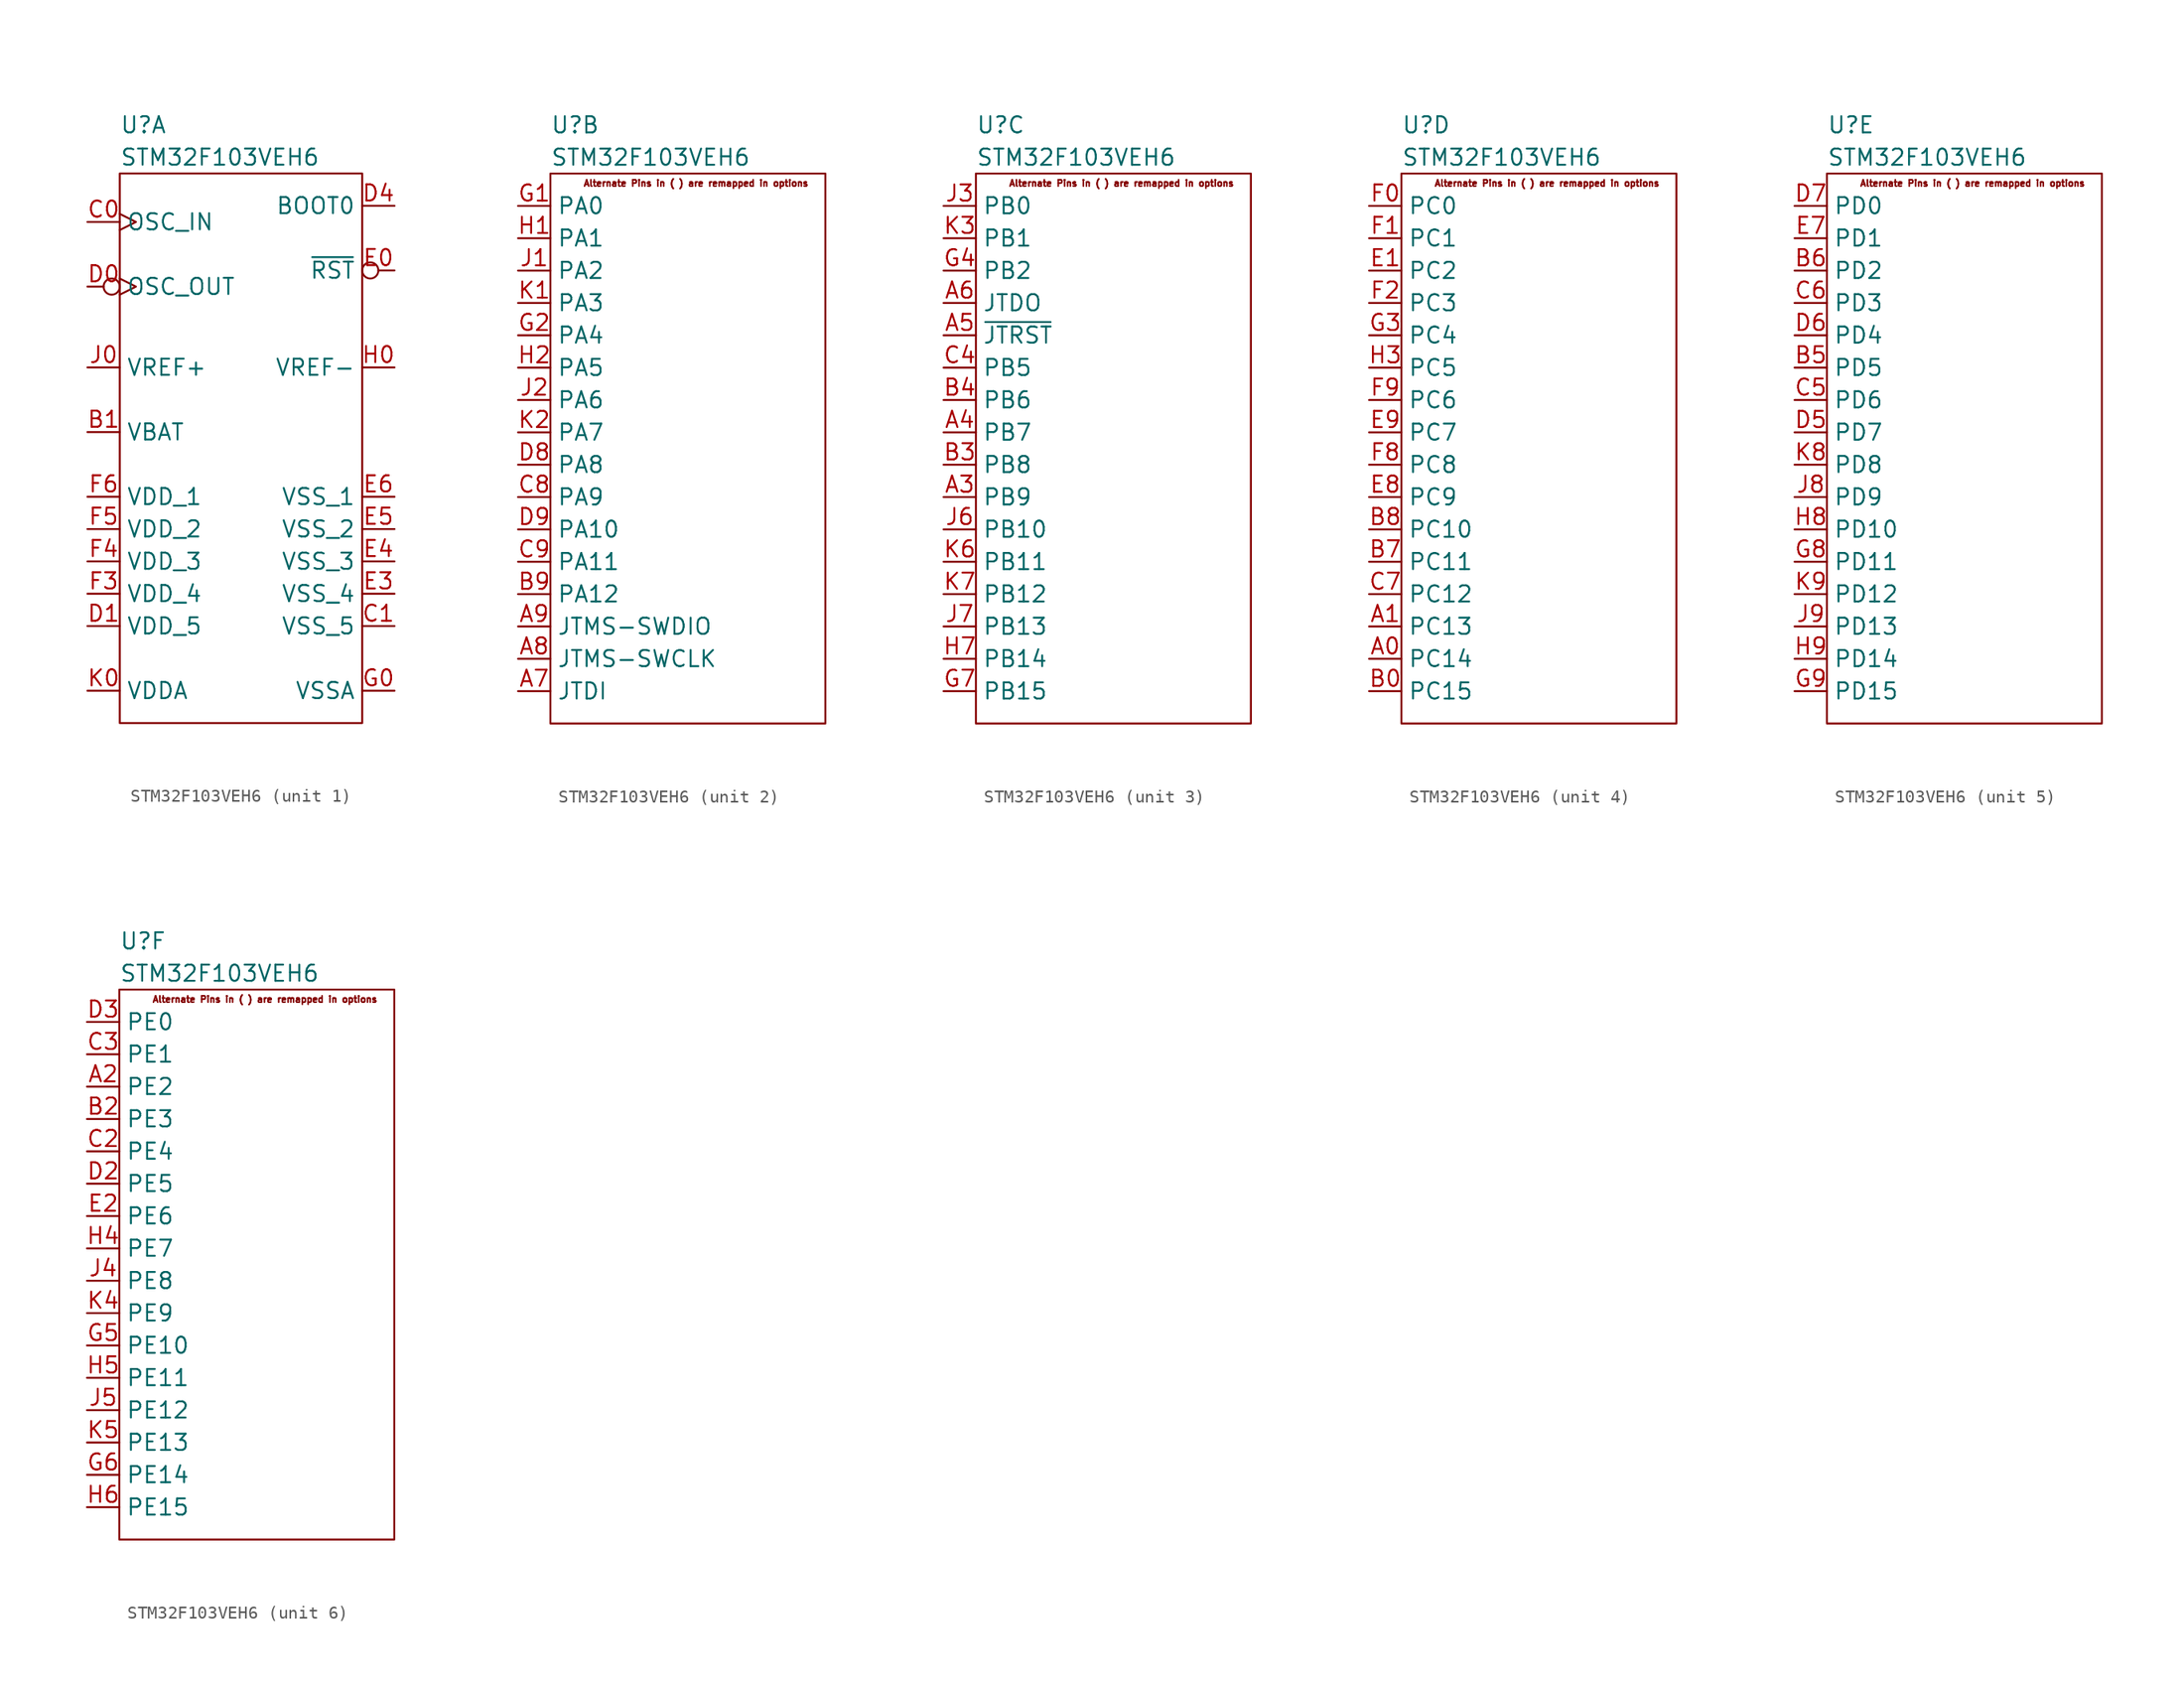
<source format=kicad_sym>
(kicad_symbol_lib
  (version 20211014)
  (generator kicad_symbol_editor)
  (symbol "STM32F103VEH6"
    (property "Reference" "U"
      (at 0 3.81 0)
      (effects (font (size 1.27 1.27)) (justify left)))
    (property "Value" "STM32F103VEH6"
      (at 0 1.27 0)
      (effects (font (size 1.27 1.27)) (justify left)))
    (symbol "STM32F103VEH6_1_0"
      (rectangle (start 0 0) (end 19.05 -43.18) (stroke (width 0) (type default) (color 0 0 0 0)) (fill (type none)))
      (pin power_in line (at -2.54 -20.32 0) (length 2.54) (name "VBAT" (effects (font (size 1.27 1.27)))) (number "B1" (effects (font (size 1.27 1.27)))))
      (pin input clock (at -2.54 -3.81 0) (length 2.54) (name "OSC_IN" (effects (font (size 1.27 1.27)))) (number "C0" (effects (font (size 1.27 1.27)))) (alternate "(CAN_RX)" output line) (alternate "FSMC_D2" input line))
      (pin power_in line (at 21.59 -35.56 180) (length 2.54) (name "VSS_5" (effects (font (size 1.27 1.27)))) (number "C1" (effects (font (size 1.27 1.27)))))
      (pin output inverted_clock (at -2.54 -8.89 0) (length 2.54) (name "OSC_OUT" (effects (font (size 1.27 1.27)))) (number "D0" (effects (font (size 1.27 1.27)))) (alternate "(CAN_TX)" output line) (alternate "FSMC_D3" input line))
      (pin power_in line (at -2.54 -35.56 0) (length 2.54) (name "VDD_5" (effects (font (size 1.27 1.27)))) (number "D1" (effects (font (size 1.27 1.27)))))
      (pin passive line (at 21.59 -2.54 180) (length 2.54) (name "BOOT0" (effects (font (size 1.27 1.27)))) (number "D4" (effects (font (size 1.27 1.27)))))
      (pin input inverted (at 21.59 -7.62 180) (length 2.54) (name "~{RST}" (effects (font (size 1.27 1.27)))) (number "E0" (effects (font (size 1.27 1.27)))))
      (pin power_in line (at 21.59 -33.02 180) (length 2.54) (name "VSS_4" (effects (font (size 1.27 1.27)))) (number "E3" (effects (font (size 1.27 1.27)))))
      (pin power_in line (at 21.59 -30.48 180) (length 2.54) (name "VSS_3" (effects (font (size 1.27 1.27)))) (number "E4" (effects (font (size 1.27 1.27)))))
      (pin power_in line (at 21.59 -27.94 180) (length 2.54) (name "VSS_2" (effects (font (size 1.27 1.27)))) (number "E5" (effects (font (size 1.27 1.27)))))
      (pin power_in line (at 21.59 -25.4 180) (length 2.54) (name "VSS_1" (effects (font (size 1.27 1.27)))) (number "E6" (effects (font (size 1.27 1.27)))))
      (pin power_in line (at -2.54 -33.02 0) (length 2.54) (name "VDD_4" (effects (font (size 1.27 1.27)))) (number "F3" (effects (font (size 1.27 1.27)))))
      (pin power_in line (at -2.54 -30.48 0) (length 2.54) (name "VDD_3" (effects (font (size 1.27 1.27)))) (number "F4" (effects (font (size 1.27 1.27)))))
      (pin power_in line (at -2.54 -27.94 0) (length 2.54) (name "VDD_2" (effects (font (size 1.27 1.27)))) (number "F5" (effects (font (size 1.27 1.27)))))
      (pin power_in line (at -2.54 -25.4 0) (length 2.54) (name "VDD_1" (effects (font (size 1.27 1.27)))) (number "F6" (effects (font (size 1.27 1.27)))))
      (pin no_connect line (at 8.89 -41.91 90) (length 2.54) hide (name "NC" (effects (font (size 1.27 1.27)))) (number "F7" (effects (font (size 1.27 1.27)))))
      (pin power_in line (at 21.59 -40.64 180) (length 2.54) (name "VSSA" (effects (font (size 1.27 1.27)))) (number "G0" (effects (font (size 1.27 1.27)))))
      (pin power_in line (at 21.59 -15.24 180) (length 2.54) (name "VREF-" (effects (font (size 1.27 1.27)))) (number "H0" (effects (font (size 1.27 1.27)))))
      (pin power_in line (at -2.54 -15.24 0) (length 2.54) (name "VREF+" (effects (font (size 1.27 1.27)))) (number "J0" (effects (font (size 1.27 1.27)))))
      (pin power_in line (at -2.54 -40.64 0) (length 2.54) (name "VDDA" (effects (font (size 1.27 1.27)))) (number "K0" (effects (font (size 1.27 1.27))))))
    (symbol "STM32F103VEH6_2_0"
      (rectangle (start 0 0) (end 21.59 -43.18) (stroke (width 0) (type default) (color 0 0 0 0)) (fill (type none)))
      (text "Alternate Pins in ( ) are remapped in options" (at 11.43 -0.762 0) (effects (font (size 0.5 0.5))))
      (pin bidirectional line (at -2.54 -40.64 0) (length 2.54) (name "JTDI" (effects (font (size 1.27 1.27)))) (number "A7" (effects (font (size 1.27 1.27)))) (alternate "(PA15)" bidirectional line) (alternate "(SPI1_~{SS})" bidirectional line) (alternate "(TIM2_CH1_ET)" bidirectional line) (alternate "I2S3_WS" bidirectional line) (alternate "SPI3_~{SS}" bidirectional line))
      (pin bidirectional line (at -2.54 -38.1 0) (length 2.54) (name "JTMS-SWCLK" (effects (font (size 1.27 1.27)))) (number "A8" (effects (font (size 1.27 1.27)))) (alternate "(PA14)" bidirectional line))
      (pin bidirectional line (at -2.54 -35.56 0) (length 2.54) (name "JTMS-SWDIO" (effects (font (size 1.27 1.27)))) (number "A9" (effects (font (size 1.27 1.27)))) (alternate "(PA13)" bidirectional line))
      (pin bidirectional line (at -2.54 -33.02 0) (length 2.54) (name "PA12" (effects (font (size 1.27 1.27)))) (number "B9" (effects (font (size 1.27 1.27)))) (alternate "CAN_TX" bidirectional line) (alternate "TIM1_ETR" bidirectional line) (alternate "USART1_RTS" bidirectional line) (alternate "USBD+" bidirectional line))
      (pin bidirectional line (at -2.54 -25.4 0) (length 2.54) (name "PA9" (effects (font (size 1.27 1.27)))) (number "C8" (effects (font (size 1.27 1.27)))) (alternate "TIM1_CH2" bidirectional line) (alternate "USART1_TX" bidirectional line))
      (pin bidirectional line (at -2.54 -30.48 0) (length 2.54) (name "PA11" (effects (font (size 1.27 1.27)))) (number "C9" (effects (font (size 1.27 1.27)))) (alternate "CAN_RX" bidirectional line) (alternate "TIM1_CH4" bidirectional line) (alternate "USART1_CTS" bidirectional line) (alternate "USBD-" bidirectional line))
      (pin bidirectional line (at -2.54 -22.86 0) (length 2.54) (name "PA8" (effects (font (size 1.27 1.27)))) (number "D8" (effects (font (size 1.27 1.27)))) (alternate "MCO" bidirectional line) (alternate "TIM1_CH1" bidirectional line) (alternate "USART1_CK" bidirectional line))
      (pin bidirectional line (at -2.54 -27.94 0) (length 2.54) (name "PA10" (effects (font (size 1.27 1.27)))) (number "D9" (effects (font (size 1.27 1.27)))) (alternate "TIM1_CH3" bidirectional line) (alternate "USART1_RX" bidirectional line))
      (pin bidirectional line (at -2.54 -2.54 0) (length 2.54) (name "PA0" (effects (font (size 1.27 1.27)))) (number "G1" (effects (font (size 1.27 1.27)))) (alternate "ADC_IN0" input line) (alternate "TIM2_CH1_ETR" bidirectional line) (alternate "TIM5_CH1" bidirectional line) (alternate "TIM8_ETR" bidirectional line) (alternate "USART2_CTS" bidirectional line) (alternate "WAKE-UP" input line))
      (pin bidirectional line (at -2.54 -12.7 0) (length 2.54) (name "PA4" (effects (font (size 1.27 1.27)))) (number "G2" (effects (font (size 1.27 1.27)))) (alternate "ADC_IN4" input line) (alternate "DAC_OUT2" output line) (alternate "SPI1_~{SS}" output line) (alternate "USART2_CK" output line))
      (pin bidirectional line (at -2.54 -5.08 0) (length 2.54) (name "PA1" (effects (font (size 1.27 1.27)))) (number "H1" (effects (font (size 1.27 1.27)))) (alternate "ADC_IN1" input line) (alternate "TIM2_CH2" bidirectional line) (alternate "TIM5_CH2" bidirectional line) (alternate "USART2_RTS" bidirectional line))
      (pin bidirectional line (at -2.54 -15.24 0) (length 2.54) (name "PA5" (effects (font (size 1.27 1.27)))) (number "H2" (effects (font (size 1.27 1.27)))) (alternate "ADC_IN5" input line) (alternate "DAC_OUT2" output line) (alternate "SPI1_SCK" output line))
      (pin bidirectional line (at -2.54 -7.62 0) (length 2.54) (name "PA2" (effects (font (size 1.27 1.27)))) (number "J1" (effects (font (size 1.27 1.27)))) (alternate "ADC_IN2" bidirectional line) (alternate "TIM2_CH3" bidirectional line) (alternate "TIM5_CH3" bidirectional line) (alternate "USART2_TX" bidirectional line))
      (pin bidirectional line (at -2.54 -17.78 0) (length 2.54) (name "PA6" (effects (font (size 1.27 1.27)))) (number "J2" (effects (font (size 1.27 1.27)))) (alternate "(TIM8_BKIN)" bidirectional line) (alternate "ADC_IN6" input line) (alternate "SPI1_CIPO" input line) (alternate "TIM1_BKIN" bidirectional line) (alternate "TIM3_CH1" bidirectional line))
      (pin bidirectional line (at -2.54 -10.16 0) (length 2.54) (name "PA3" (effects (font (size 1.27 1.27)))) (number "K1" (effects (font (size 1.27 1.27)))) (alternate "ADC_IN3" input line) (alternate "TIM2_CH4" bidirectional line) (alternate "TIM5_CH4" bidirectional line) (alternate "USART2_RX" output line))
      (pin bidirectional line (at -2.54 -20.32 0) (length 2.54) (name "PA7" (effects (font (size 1.27 1.27)))) (number "K2" (effects (font (size 1.27 1.27)))) (alternate "(TIM1_CH1N)" bidirectional line) (alternate "ADC_IN7" input line) (alternate "SPI1_COPI" output line) (alternate "TIM1_CH1N" bidirectional line) (alternate "TIM3_CH2" bidirectional line) (alternate "TIM8_CH1N" bidirectional line)))
    (symbol "STM32F103VEH6_3_0"
      (rectangle (start 0 0) (end 21.59 -43.18) (stroke (width 0) (type default) (color 0 0 0 0)) (fill (type none)))
      (text "Alternate Pins in ( ) are remapped in options" (at 11.43 -0.762 0) (effects (font (size 0.5 0.5))))
      (pin bidirectional line (at -2.54 -25.4 0) (length 2.54) (name "PB9" (effects (font (size 1.27 1.27)))) (number "A3" (effects (font (size 1.27 1.27)))) (alternate "(CAN_TX)" bidirectional line) (alternate "(I2C1_SDA)" bidirectional line) (alternate "SDIO_D5" bidirectional line) (alternate "TIM4_CH4" bidirectional line))
      (pin bidirectional line (at -2.54 -20.32 0) (length 2.54) (name "PB7" (effects (font (size 1.27 1.27)))) (number "A4" (effects (font (size 1.27 1.27)))) (alternate "(USART1_RX)" bidirectional line) (alternate "FSMC_~{ADV}" bidirectional line) (alternate "I2C1_SDA" bidirectional line) (alternate "TIM4_CH2" bidirectional line))
      (pin bidirectional line (at -2.54 -12.7 0) (length 2.54) (name "~{JTRST}" (effects (font (size 1.27 1.27)))) (number "A5" (effects (font (size 1.27 1.27)))) (alternate "(PB4)" bidirectional line) (alternate "(SPI1_CIPO)" bidirectional line) (alternate "(TIM3_CH1)" bidirectional line) (alternate "SPI3_CIPO" bidirectional line))
      (pin bidirectional line (at -2.54 -10.16 0) (length 2.54) (name "JTDO" (effects (font (size 1.27 1.27)))) (number "A6" (effects (font (size 1.27 1.27)))) (alternate "(PB3)" bidirectional line) (alternate "(SPI1_SCK)" bidirectional line) (alternate "(TIM2_CH2)" bidirectional line) (alternate "(TRACES_WO)" bidirectional line) (alternate "I2S3_CK" bidirectional line) (alternate "SPI3_SCK" bidirectional line))
      (pin bidirectional line (at -2.54 -22.86 0) (length 2.54) (name "PB8" (effects (font (size 1.27 1.27)))) (number "B3" (effects (font (size 1.27 1.27)))) (alternate "(CAN_RX)" bidirectional line) (alternate "(I2C1_SCL)" bidirectional line) (alternate "SDIO_D4" bidirectional line) (alternate "TIM4_CH3" bidirectional line))
      (pin bidirectional line (at -2.54 -17.78 0) (length 2.54) (name "PB6" (effects (font (size 1.27 1.27)))) (number "B4" (effects (font (size 1.27 1.27)))) (alternate "(USART1_TX)" bidirectional line) (alternate "I2C1_SCL" bidirectional line) (alternate "TIM4_CH1" bidirectional line))
      (pin bidirectional line (at -2.54 -15.24 0) (length 2.54) (name "PB5" (effects (font (size 1.27 1.27)))) (number "C4" (effects (font (size 1.27 1.27)))) (alternate "(SPI1_COPI)" bidirectional line) (alternate "(TIM3_CH2)" bidirectional line) (alternate "I2C1_SMBA" bidirectional line) (alternate "I2S3_SD" bidirectional line) (alternate "SPI3_COPI" bidirectional line))
      (pin bidirectional line (at -2.54 -7.62 0) (length 2.54) (name "PB2" (effects (font (size 1.27 1.27)))) (number "G4" (effects (font (size 1.27 1.27)))) (alternate "BOOT1" input line))
      (pin bidirectional line (at -2.54 -40.64 0) (length 2.54) (name "PB15" (effects (font (size 1.27 1.27)))) (number "G7" (effects (font (size 1.27 1.27)))) (alternate "I2S2_SD" bidirectional line) (alternate "SPI2_COPI" bidirectional line) (alternate "TIM1_~{CH3}" bidirectional line))
      (pin bidirectional line (at -2.54 -38.1 0) (length 2.54) (name "PB14" (effects (font (size 1.27 1.27)))) (number "H7" (effects (font (size 1.27 1.27)))) (alternate "SPI2_CIPO" bidirectional line) (alternate "TIM1_~{CH2}" bidirectional line) (alternate "USART3_RTS" bidirectional line))
      (pin bidirectional line (at -2.54 -2.54 0) (length 2.54) (name "PB0" (effects (font (size 1.27 1.27)))) (number "J3" (effects (font (size 1.27 1.27)))) (alternate "(TIM1_~{CH2})" bidirectional line) (alternate "ADC_IN8" input line) (alternate "TIM2_~{CH2}" bidirectional line) (alternate "TIM3_CH3" bidirectional line) (alternate "TIM8_~{CH2}" bidirectional line))
      (pin bidirectional line (at -2.54 -27.94 0) (length 2.54) (name "PB10" (effects (font (size 1.27 1.27)))) (number "J6" (effects (font (size 1.27 1.27)))) (alternate "I2C2_SCL" bidirectional line) (alternate "TIM2_CH3" bidirectional line) (alternate "USART3_TX" bidirectional line))
      (pin bidirectional line (at -2.54 -35.56 0) (length 2.54) (name "PB13" (effects (font (size 1.27 1.27)))) (number "J7" (effects (font (size 1.27 1.27)))) (alternate "I2S2_CK" bidirectional line) (alternate "SPI2_SCK" bidirectional line) (alternate "TIM1_~{CH1}" bidirectional line) (alternate "USART3_CTS" bidirectional line))
      (pin bidirectional line (at -2.54 -5.08 0) (length 2.54) (name "PB1" (effects (font (size 1.27 1.27)))) (number "K3" (effects (font (size 1.27 1.27)))) (alternate "(TIM1_~{CH3})" bidirectional line) (alternate "ADC_IN9" input line) (alternate "TIM3_CH4" bidirectional line) (alternate "TIM8_~{CH3}" bidirectional line))
      (pin bidirectional line (at -2.54 -30.48 0) (length 2.54) (name "PB11" (effects (font (size 1.27 1.27)))) (number "K6" (effects (font (size 1.27 1.27)))) (alternate "I2C2_SDA" bidirectional line) (alternate "TIM2_CH4" bidirectional line) (alternate "USART3_RX" bidirectional line))
      (pin bidirectional line (at -2.54 -33.02 0) (length 2.54) (name "PB12" (effects (font (size 1.27 1.27)))) (number "K7" (effects (font (size 1.27 1.27)))) (alternate "I2C2_SMBA" bidirectional line) (alternate "I2S2_WS" bidirectional line) (alternate "SPI2_~{SS}" output line) (alternate "TIM1_BKIN" bidirectional line) (alternate "USART3_CK" bidirectional line)))
    (symbol "STM32F103VEH6_4_0"
      (rectangle (start 0 0) (end 21.59 -43.18) (stroke (width 0) (type default) (color 0 0 0 0)) (fill (type none)))
      (text "Alternate Pins in ( ) are remapped in options" (at 11.43 -0.762 0) (effects (font (size 0.5 0.5))))
      (pin bidirectional line (at -2.54 -38.1 0) (length 2.54) (name "PC14" (effects (font (size 1.27 1.27)))) (number "A0" (effects (font (size 1.27 1.27)))) (alternate "OSC32_IN" input clock))
      (pin bidirectional line (at -2.54 -35.56 0) (length 2.54) (name "PC13" (effects (font (size 1.27 1.27)))) (number "A1" (effects (font (size 1.27 1.27)))) (alternate "TAMPER-RTC" input line))
      (pin bidirectional line (at -2.54 -40.64 0) (length 2.54) (name "PC15" (effects (font (size 1.27 1.27)))) (number "B0" (effects (font (size 1.27 1.27)))) (alternate "OSC32_OUT" input inverted_clock))
      (pin bidirectional line (at -2.54 -30.48 0) (length 2.54) (name "PC11" (effects (font (size 1.27 1.27)))) (number "B7" (effects (font (size 1.27 1.27)))) (alternate "(USART3_RX)" bidirectional line) (alternate "SDIO_D3" bidirectional line) (alternate "UART4_RX" bidirectional line))
      (pin bidirectional line (at -2.54 -27.94 0) (length 2.54) (name "PC10" (effects (font (size 1.27 1.27)))) (number "B8" (effects (font (size 1.27 1.27)))) (alternate "(USART3_TX)" bidirectional line) (alternate "SDIO_D2" bidirectional line) (alternate "UART4_TX" bidirectional line))
      (pin bidirectional line (at -2.54 -33.02 0) (length 2.54) (name "PC12" (effects (font (size 1.27 1.27)))) (number "C7" (effects (font (size 1.27 1.27)))) (alternate "(USART3_CK)" bidirectional line) (alternate "SDIO_CK" bidirectional line) (alternate "UART5_TX" bidirectional line))
      (pin bidirectional line (at -2.54 -7.62 0) (length 2.54) (name "PC2" (effects (font (size 1.27 1.27)))) (number "E1" (effects (font (size 1.27 1.27)))) (alternate "ADC_IN12" input line))
      (pin bidirectional line (at -2.54 -25.4 0) (length 2.54) (name "PC9" (effects (font (size 1.27 1.27)))) (number "E8" (effects (font (size 1.27 1.27)))) (alternate "(TIM3_CH4)" bidirectional line) (alternate "SDIO_D1" bidirectional line) (alternate "TIM8_CH3" bidirectional line))
      (pin bidirectional line (at -2.54 -20.32 0) (length 2.54) (name "PC7" (effects (font (size 1.27 1.27)))) (number "E9" (effects (font (size 1.27 1.27)))) (alternate "(TIM3_CH2)" bidirectional line) (alternate "I2S3_MCK" bidirectional line) (alternate "SDIO_D7" bidirectional line) (alternate "TIM8_CH2" bidirectional line))
      (pin bidirectional line (at -2.54 -2.54 0) (length 2.54) (name "PC0" (effects (font (size 1.27 1.27)))) (number "F0" (effects (font (size 1.27 1.27)))) (alternate "ADC_IN10" input line))
      (pin bidirectional line (at -2.54 -5.08 0) (length 2.54) (name "PC1" (effects (font (size 1.27 1.27)))) (number "F1" (effects (font (size 1.27 1.27)))) (alternate "ADC_IN11" input line))
      (pin bidirectional line (at -2.54 -10.16 0) (length 2.54) (name "PC3" (effects (font (size 1.27 1.27)))) (number "F2" (effects (font (size 1.27 1.27)))) (alternate "ADC_IN13" input line))
      (pin bidirectional line (at -2.54 -22.86 0) (length 2.54) (name "PC8" (effects (font (size 1.27 1.27)))) (number "F8" (effects (font (size 1.27 1.27)))) (alternate "(TIM3_CH3)" bidirectional line) (alternate "SDIO_D0" bidirectional line) (alternate "TIM8_CH3" bidirectional line))
      (pin bidirectional line (at -2.54 -17.78 0) (length 2.54) (name "PC6" (effects (font (size 1.27 1.27)))) (number "F9" (effects (font (size 1.27 1.27)))) (alternate "(TIM3_CH1)" bidirectional line) (alternate "I2S2_MCK" bidirectional line) (alternate "SDIO_D6" bidirectional line) (alternate "TIM8_CH1" bidirectional line))
      (pin bidirectional line (at -2.54 -12.7 0) (length 2.54) (name "PC4" (effects (font (size 1.27 1.27)))) (number "G3" (effects (font (size 1.27 1.27)))) (alternate "ADC_IN14" input line))
      (pin bidirectional line (at -2.54 -15.24 0) (length 2.54) (name "PC5" (effects (font (size 1.27 1.27)))) (number "H3" (effects (font (size 1.27 1.27)))) (alternate "ADC_IN15" input line)))
    (symbol "STM32F103VEH6_5_0"
      (rectangle (start 0 0) (end 21.59 -43.18) (stroke (width 0) (type default) (color 0 0 0 0)) (fill (type none)))
      (text "Alternate Pins in ( ) are remapped in options" (at 11.43 -0.762 0) (effects (font (size 0.5 0.5))))
      (pin bidirectional line (at -2.54 -15.24 0) (length 2.54) (name "PD5" (effects (font (size 1.27 1.27)))) (number "B5" (effects (font (size 1.27 1.27)))) (alternate "(USART2_TX)" bidirectional line) (alternate "FSMC_WE" bidirectional line))
      (pin bidirectional line (at -2.54 -7.62 0) (length 2.54) (name "PD2" (effects (font (size 1.27 1.27)))) (number "B6" (effects (font (size 1.27 1.27)))) (alternate "SDIO_CMD" bidirectional line) (alternate "TIM3_ETR" bidirectional line) (alternate "UART5_RX" bidirectional line))
      (pin bidirectional line (at -2.54 -17.78 0) (length 2.54) (name "PD6" (effects (font (size 1.27 1.27)))) (number "C5" (effects (font (size 1.27 1.27)))) (alternate "(USART2_RX)" bidirectional line) (alternate "FSMC_~{WAIT}" bidirectional line))
      (pin bidirectional line (at -2.54 -10.16 0) (length 2.54) (name "PD3" (effects (font (size 1.27 1.27)))) (number "C6" (effects (font (size 1.27 1.27)))) (alternate "(USART2_CTS)" bidirectional line) (alternate "FSMC_CLK" bidirectional line))
      (pin bidirectional line (at -2.54 -20.32 0) (length 2.54) (name "PD7" (effects (font (size 1.27 1.27)))) (number "D5" (effects (font (size 1.27 1.27)))) (alternate "(USART2_CK)" bidirectional line) (alternate "FSMC_~{CE2}" bidirectional line) (alternate "FSMC_~{E1}" bidirectional line))
      (pin bidirectional line (at -2.54 -12.7 0) (length 2.54) (name "PD4" (effects (font (size 1.27 1.27)))) (number "D6" (effects (font (size 1.27 1.27)))) (alternate "(USART2_RTS)" bidirectional line) (alternate "FSMC_~{OE}" bidirectional line))
      (pin bidirectional line (at -2.54 -2.54 0) (length 2.54) (name "PD0" (effects (font (size 1.27 1.27)))) (number "D7" (effects (font (size 1.27 1.27)))))
      (pin bidirectional line (at -2.54 -5.08 0) (length 2.54) (name "PD1" (effects (font (size 1.27 1.27)))) (number "E7" (effects (font (size 1.27 1.27)))))
      (pin bidirectional line (at -2.54 -30.48 0) (length 2.54) (name "PD11" (effects (font (size 1.27 1.27)))) (number "G8" (effects (font (size 1.27 1.27)))) (alternate "(USART3_CTS)" bidirectional line) (alternate "FSMC_A16" bidirectional line))
      (pin bidirectional line (at -2.54 -40.64 0) (length 2.54) (name "PD15" (effects (font (size 1.27 1.27)))) (number "G9" (effects (font (size 1.27 1.27)))) (alternate "(TIM4_CH4)" bidirectional line) (alternate "FSMC_D1" bidirectional line))
      (pin bidirectional line (at -2.54 -27.94 0) (length 2.54) (name "PD10" (effects (font (size 1.27 1.27)))) (number "H8" (effects (font (size 1.27 1.27)))) (alternate "(USART3_CK)" bidirectional line) (alternate "FSMC_D15" bidirectional line))
      (pin bidirectional line (at -2.54 -38.1 0) (length 2.54) (name "PD14" (effects (font (size 1.27 1.27)))) (number "H9" (effects (font (size 1.27 1.27)))) (alternate "(TIM4_CH3)" bidirectional line) (alternate "FSMC_D0" bidirectional line))
      (pin bidirectional line (at -2.54 -25.4 0) (length 2.54) (name "PD9" (effects (font (size 1.27 1.27)))) (number "J8" (effects (font (size 1.27 1.27)))) (alternate "(USART3_RX)" bidirectional line) (alternate "FSMC_D14" bidirectional line))
      (pin bidirectional line (at -2.54 -35.56 0) (length 2.54) (name "PD13" (effects (font (size 1.27 1.27)))) (number "J9" (effects (font (size 1.27 1.27)))) (alternate "(TIM4_CH2)" bidirectional line) (alternate "FSMC_A18" bidirectional line))
      (pin bidirectional line (at -2.54 -22.86 0) (length 2.54) (name "PD8" (effects (font (size 1.27 1.27)))) (number "K8" (effects (font (size 1.27 1.27)))) (alternate "(USART3_TX)" bidirectional line) (alternate "FSMC_D13" bidirectional line))
      (pin bidirectional line (at -2.54 -33.02 0) (length 2.54) (name "PD12" (effects (font (size 1.27 1.27)))) (number "K9" (effects (font (size 1.27 1.27)))) (alternate "(TIM4_CH1)" bidirectional line) (alternate "(USART3_RTS)" bidirectional line) (alternate "FSMC_A17" bidirectional line)))
    (symbol "STM32F103VEH6_6_0"
      (rectangle (start 0 0) (end 21.59 -43.18) (stroke (width 0) (type default) (color 0 0 0 0)) (fill (type none)))
      (text "Alternate Pins in ( ) are remapped in options" (at 11.43 -0.762 0) (effects (font (size 0.5 0.5))))
      (pin bidirectional line (at -2.54 -7.62 0) (length 2.54) (name "PE2" (effects (font (size 1.27 1.27)))) (number "A2" (effects (font (size 1.27 1.27)))) (alternate "FSMC_A23" output line) (alternate "TRACE_CK" output line))
      (pin bidirectional line (at -2.54 -10.16 0) (length 2.54) (name "PE3" (effects (font (size 1.27 1.27)))) (number "B2" (effects (font (size 1.27 1.27)))) (alternate "FSMC_A19" output line) (alternate "TRACE_D0" output line))
      (pin bidirectional line (at -2.54 -12.7 0) (length 2.54) (name "PE4" (effects (font (size 1.27 1.27)))) (number "C2" (effects (font (size 1.27 1.27)))) (alternate "FSMC_A20" output line) (alternate "TRACE_D1" output line))
      (pin bidirectional line (at -2.54 -5.08 0) (length 2.54) (name "PE1" (effects (font (size 1.27 1.27)))) (number "C3" (effects (font (size 1.27 1.27)))) (alternate "FSMC_~{BL1}" output line))
      (pin bidirectional line (at -2.54 -15.24 0) (length 2.54) (name "PE5" (effects (font (size 1.27 1.27)))) (number "D2" (effects (font (size 1.27 1.27)))) (alternate "FSMC_A21" output line) (alternate "TRACE_D2" output line))
      (pin bidirectional line (at -2.54 -2.54 0) (length 2.54) (name "PE0" (effects (font (size 1.27 1.27)))) (number "D3" (effects (font (size 1.27 1.27)))) (alternate "FSMC_~{BL0}" output line) (alternate "TIM4_ETR" bidirectional line))
      (pin bidirectional line (at -2.54 -17.78 0) (length 2.54) (name "PE6" (effects (font (size 1.27 1.27)))) (number "E2" (effects (font (size 1.27 1.27)))) (alternate "FSMC_A22" output line) (alternate "TRACE_D3" output line))
      (pin bidirectional line (at -2.54 -27.94 0) (length 2.54) (name "PE10" (effects (font (size 1.27 1.27)))) (number "G5" (effects (font (size 1.27 1.27)))) (alternate "(TIM1_~{CH2})" bidirectional line) (alternate "FSMC_D7" input line))
      (pin bidirectional line (at -2.54 -38.1 0) (length 2.54) (name "PE14" (effects (font (size 1.27 1.27)))) (number "G6" (effects (font (size 1.27 1.27)))) (alternate "(TIM1_CH4)" bidirectional line) (alternate "FSMC_D11" input line))
      (pin bidirectional line (at -2.54 -20.32 0) (length 2.54) (name "PE7" (effects (font (size 1.27 1.27)))) (number "H4" (effects (font (size 1.27 1.27)))) (alternate "(TIM1_ETR)" bidirectional line) (alternate "FSMC_D4" input line))
      (pin bidirectional line (at -2.54 -30.48 0) (length 2.54) (name "PE11" (effects (font (size 1.27 1.27)))) (number "H5" (effects (font (size 1.27 1.27)))) (alternate "(TIM1_CH2)" bidirectional line) (alternate "FSMC_D8" input line))
      (pin bidirectional line (at -2.54 -40.64 0) (length 2.54) (name "PE15" (effects (font (size 1.27 1.27)))) (number "H6" (effects (font (size 1.27 1.27)))) (alternate "(TIM1_BKIN)" bidirectional line) (alternate "FSMC_D12" input line))
      (pin bidirectional line (at -2.54 -22.86 0) (length 2.54) (name "PE8" (effects (font (size 1.27 1.27)))) (number "J4" (effects (font (size 1.27 1.27)))) (alternate "(TIM1_~{CH1})" bidirectional line) (alternate "FSMC_D5" input line))
      (pin bidirectional line (at -2.54 -33.02 0) (length 2.54) (name "PE12" (effects (font (size 1.27 1.27)))) (number "J5" (effects (font (size 1.27 1.27)))) (alternate "(TIM1_~{CH3})" bidirectional line) (alternate "FSMC_D9" input line))
      (pin bidirectional line (at -2.54 -25.4 0) (length 2.54) (name "PE9" (effects (font (size 1.27 1.27)))) (number "K4" (effects (font (size 1.27 1.27)))) (alternate "(TIM1_CH1)" bidirectional line) (alternate "FSMC_D6" input line))
      (pin bidirectional line (at -2.54 -35.56 0) (length 2.54) (name "PE13" (effects (font (size 1.27 1.27)))) (number "K5" (effects (font (size 1.27 1.27)))) (alternate "(TIM1_CH3)" bidirectional line) (alternate "FSMC_D10" input line)))))
</source>
